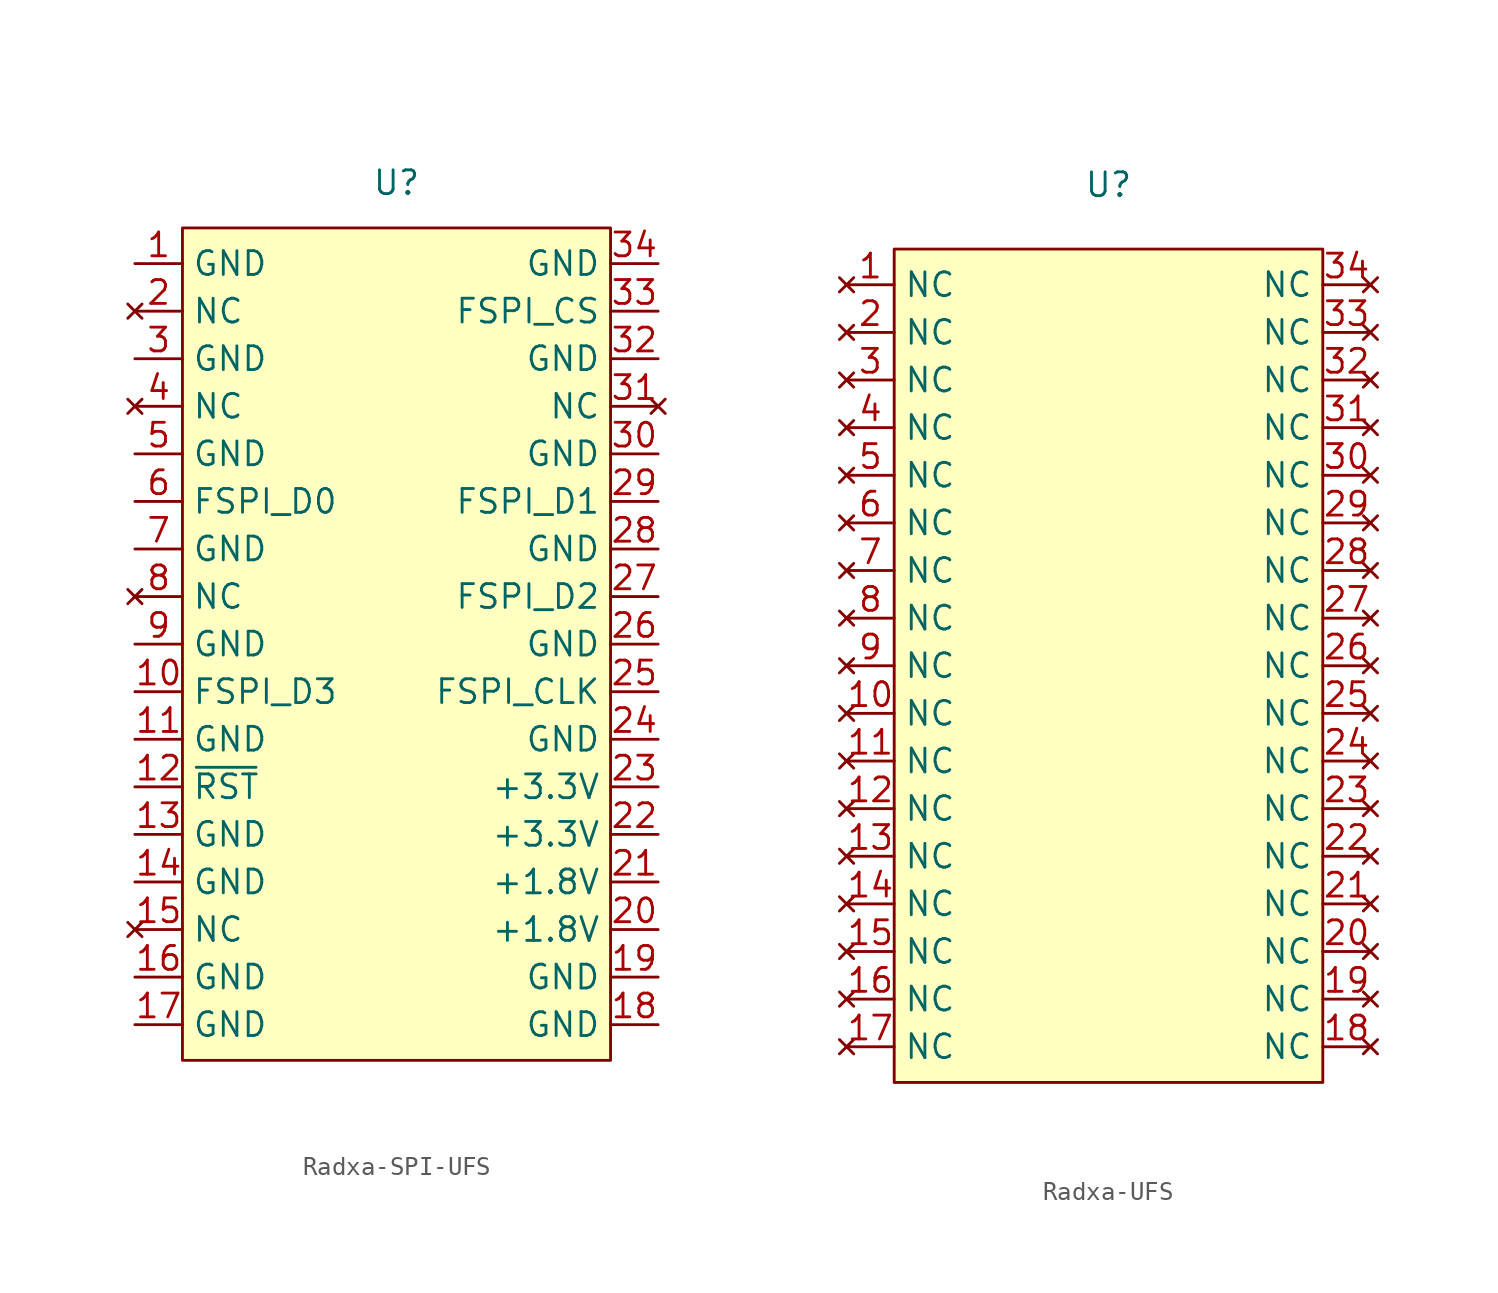
<source format=kicad_sym>
(kicad_symbol_lib
  (version 20241209)
  (generator "kicad_symbol_editor")
  (generator_version "9.0")
  (symbol "Radxa-SPI-UFS"
    (property "Reference" "U"
      (at 0 24.638 0)
      (effects (font (size 1.27 1.27))))
    (property "Value" ""
      (at 0 0 0)
      (effects (font (size 1.27 1.27))))
    (property "ki_locked" ""
      (at 0 0 0)
      (effects (font (size 1.27 1.27))))
    (symbol "Radxa-SPI-UFS_1_1"
      (rectangle (start -11.43 22.225) (end 11.43 -22.225) (stroke (width 0) (type default)) (fill (type background)))
      (pin passive line (at -13.97 20.32 0) (length 2.54) (name "GND" (effects (font (size 1.27 1.27)))) (number "1" (effects (font (size 1.27 1.27)))))
      (pin no_connect line (at -13.97 17.78 0) (length 2.54) (name "NC" (effects (font (size 1.27 1.27)))) (number "2" (effects (font (size 1.27 1.27)))))
      (pin passive line (at -13.97 15.24 0) (length 2.54) (name "GND" (effects (font (size 1.27 1.27)))) (number "3" (effects (font (size 1.27 1.27)))))
      (pin no_connect line (at -13.97 12.7 0) (length 2.54) (name "NC" (effects (font (size 1.27 1.27)))) (number "4" (effects (font (size 1.27 1.27)))))
      (pin passive line (at -13.97 10.16 0) (length 2.54) (name "GND" (effects (font (size 1.27 1.27)))) (number "5" (effects (font (size 1.27 1.27)))))
      (pin bidirectional line (at -13.97 7.62 0) (length 2.54) (name "FSPI_D0" (effects (font (size 1.27 1.27)))) (number "6" (effects (font (size 1.27 1.27)))))
      (pin passive line (at -13.97 5.08 0) (length 2.54) (name "GND" (effects (font (size 1.27 1.27)))) (number "7" (effects (font (size 1.27 1.27)))))
      (pin no_connect line (at -13.97 2.54 0) (length 2.54) (name "NC" (effects (font (size 1.27 1.27)))) (number "8" (effects (font (size 1.27 1.27)))))
      (pin passive line (at -13.97 0 0) (length 2.54) (name "GND" (effects (font (size 1.27 1.27)))) (number "9" (effects (font (size 1.27 1.27)))))
      (pin bidirectional line (at -13.97 -2.54 0) (length 2.54) (name "FSPI_D3" (effects (font (size 1.27 1.27)))) (number "10" (effects (font (size 1.27 1.27)))))
      (pin passive line (at -13.97 -5.08 0) (length 2.54) (name "GND" (effects (font (size 1.27 1.27)))) (number "11" (effects (font (size 1.27 1.27)))))
      (pin input line (at -13.97 -7.62 0) (length 2.54) (name "~{RST}" (effects (font (size 1.27 1.27)))) (number "12" (effects (font (size 1.27 1.27)))))
      (pin passive line (at -13.97 -10.16 0) (length 2.54) (name "GND" (effects (font (size 1.27 1.27)))) (number "13" (effects (font (size 1.27 1.27)))))
      (pin passive line (at -13.97 -12.7 0) (length 2.54) (name "GND" (effects (font (size 1.27 1.27)))) (number "14" (effects (font (size 1.27 1.27)))))
      (pin no_connect line (at -13.97 -15.24 0) (length 2.54) (name "NC" (effects (font (size 1.27 1.27)))) (number "15" (effects (font (size 1.27 1.27)))))
      (pin passive line (at -13.97 -17.78 0) (length 2.54) (name "GND" (effects (font (size 1.27 1.27)))) (number "16" (effects (font (size 1.27 1.27)))))
      (pin passive line (at -13.97 -20.32 0) (length 2.54) (name "GND" (effects (font (size 1.27 1.27)))) (number "17" (effects (font (size 1.27 1.27)))))
      (pin passive line (at 13.97 20.32 180) (length 2.54) (name "GND" (effects (font (size 1.27 1.27)))) (number "34" (effects (font (size 1.27 1.27)))))
      (pin input line (at 13.97 17.78 180) (length 2.54) (name "FSPI_CS" (effects (font (size 1.27 1.27)))) (number "33" (effects (font (size 1.27 1.27)))))
      (pin passive line (at 13.97 15.24 180) (length 2.54) (name "GND" (effects (font (size 1.27 1.27)))) (number "32" (effects (font (size 1.27 1.27)))))
      (pin no_connect line (at 13.97 12.7 180) (length 2.54) (name "NC" (effects (font (size 1.27 1.27)))) (number "31" (effects (font (size 1.27 1.27)))))
      (pin passive line (at 13.97 10.16 180) (length 2.54) (name "GND" (effects (font (size 1.27 1.27)))) (number "30" (effects (font (size 1.27 1.27)))))
      (pin bidirectional line (at 13.97 7.62 180) (length 2.54) (name "FSPI_D1" (effects (font (size 1.27 1.27)))) (number "29" (effects (font (size 1.27 1.27)))))
      (pin passive line (at 13.97 5.08 180) (length 2.54) (name "GND" (effects (font (size 1.27 1.27)))) (number "28" (effects (font (size 1.27 1.27)))))
      (pin bidirectional line (at 13.97 2.54 180) (length 2.54) (name "FSPI_D2" (effects (font (size 1.27 1.27)))) (number "27" (effects (font (size 1.27 1.27)))))
      (pin passive line (at 13.97 0 180) (length 2.54) (name "GND" (effects (font (size 1.27 1.27)))) (number "26" (effects (font (size 1.27 1.27)))))
      (pin input line (at 13.97 -2.54 180) (length 2.54) (name "FSPI_CLK" (effects (font (size 1.27 1.27)))) (number "25" (effects (font (size 1.27 1.27)))))
      (pin passive line (at 13.97 -5.08 180) (length 2.54) (name "GND" (effects (font (size 1.27 1.27)))) (number "24" (effects (font (size 1.27 1.27)))))
      (pin power_in line (at 13.97 -7.62 180) (length 2.54) (name "+3.3V" (effects (font (size 1.27 1.27)))) (number "23" (effects (font (size 1.27 1.27)))))
      (pin power_in line (at 13.97 -10.16 180) (length 2.54) (name "+3.3V" (effects (font (size 1.27 1.27)))) (number "22" (effects (font (size 1.27 1.27)))))
      (pin power_in line (at 13.97 -12.7 180) (length 2.54) (name "+1.8V" (effects (font (size 1.27 1.27)))) (number "21" (effects (font (size 1.27 1.27)))))
      (pin power_in line (at 13.97 -15.24 180) (length 2.54) (name "+1.8V" (effects (font (size 1.27 1.27)))) (number "20" (effects (font (size 1.27 1.27)))))
      (pin passive line (at 13.97 -17.78 180) (length 2.54) (name "GND" (effects (font (size 1.27 1.27)))) (number "19" (effects (font (size 1.27 1.27)))))
      (pin passive line (at 13.97 -20.32 180) (length 2.54) (name "GND" (effects (font (size 1.27 1.27)))) (number "18" (effects (font (size 1.27 1.27)))))))
  (symbol "Radxa-UFS"
    (property "Reference" "U"
      (at 0 25.654 0)
      (effects (font (size 1.27 1.27))))
    (property "Value" ""
      (at 0 0 0)
      (effects (font (size 1.27 1.27))))
    (property "ki_locked" ""
      (at 0 0 0)
      (effects (font (size 1.27 1.27))))
    (symbol "Radxa-UFS_1_1"
      (rectangle (start -11.43 22.225) (end 11.43 -22.225) (stroke (width 0) (type default)) (fill (type background)))
      (pin no_connect line (at -13.97 20.32 0) (length 2.54) (name "NC" (effects (font (size 1.27 1.27)))) (number "1" (effects (font (size 1.27 1.27)))))
      (pin no_connect line (at -13.97 17.78 0) (length 2.54) (name "NC" (effects (font (size 1.27 1.27)))) (number "2" (effects (font (size 1.27 1.27)))))
      (pin no_connect line (at -13.97 15.24 0) (length 2.54) (name "NC" (effects (font (size 1.27 1.27)))) (number "3" (effects (font (size 1.27 1.27)))))
      (pin no_connect line (at -13.97 12.7 0) (length 2.54) (name "NC" (effects (font (size 1.27 1.27)))) (number "4" (effects (font (size 1.27 1.27)))))
      (pin no_connect line (at -13.97 10.16 0) (length 2.54) (name "NC" (effects (font (size 1.27 1.27)))) (number "5" (effects (font (size 1.27 1.27)))))
      (pin no_connect line (at -13.97 7.62 0) (length 2.54) (name "NC" (effects (font (size 1.27 1.27)))) (number "6" (effects (font (size 1.27 1.27)))))
      (pin no_connect line (at -13.97 5.08 0) (length 2.54) (name "NC" (effects (font (size 1.27 1.27)))) (number "7" (effects (font (size 1.27 1.27)))))
      (pin no_connect line (at -13.97 2.54 0) (length 2.54) (name "NC" (effects (font (size 1.27 1.27)))) (number "8" (effects (font (size 1.27 1.27)))))
      (pin no_connect line (at -13.97 0 0) (length 2.54) (name "NC" (effects (font (size 1.27 1.27)))) (number "9" (effects (font (size 1.27 1.27)))))
      (pin no_connect line (at -13.97 -2.54 0) (length 2.54) (name "NC" (effects (font (size 1.27 1.27)))) (number "10" (effects (font (size 1.27 1.27)))))
      (pin no_connect line (at -13.97 -5.08 0) (length 2.54) (name "NC" (effects (font (size 1.27 1.27)))) (number "11" (effects (font (size 1.27 1.27)))))
      (pin no_connect line (at -13.97 -7.62 0) (length 2.54) (name "NC" (effects (font (size 1.27 1.27)))) (number "12" (effects (font (size 1.27 1.27)))))
      (pin no_connect line (at -13.97 -10.16 0) (length 2.54) (name "NC" (effects (font (size 1.27 1.27)))) (number "13" (effects (font (size 1.27 1.27)))))
      (pin no_connect line (at -13.97 -12.7 0) (length 2.54) (name "NC" (effects (font (size 1.27 1.27)))) (number "14" (effects (font (size 1.27 1.27)))))
      (pin no_connect line (at -13.97 -15.24 0) (length 2.54) (name "NC" (effects (font (size 1.27 1.27)))) (number "15" (effects (font (size 1.27 1.27)))))
      (pin no_connect line (at -13.97 -17.78 0) (length 2.54) (name "NC" (effects (font (size 1.27 1.27)))) (number "16" (effects (font (size 1.27 1.27)))))
      (pin no_connect line (at -13.97 -20.32 0) (length 2.54) (name "NC" (effects (font (size 1.27 1.27)))) (number "17" (effects (font (size 1.27 1.27)))))
      (pin no_connect line (at 13.97 20.32 180) (length 2.54) (name "NC" (effects (font (size 1.27 1.27)))) (number "34" (effects (font (size 1.27 1.27)))))
      (pin no_connect line (at 13.97 17.78 180) (length 2.54) (name "NC" (effects (font (size 1.27 1.27)))) (number "33" (effects (font (size 1.27 1.27)))))
      (pin no_connect line (at 13.97 15.24 180) (length 2.54) (name "NC" (effects (font (size 1.27 1.27)))) (number "32" (effects (font (size 1.27 1.27)))))
      (pin no_connect line (at 13.97 12.7 180) (length 2.54) (name "NC" (effects (font (size 1.27 1.27)))) (number "31" (effects (font (size 1.27 1.27)))))
      (pin no_connect line (at 13.97 10.16 180) (length 2.54) (name "NC" (effects (font (size 1.27 1.27)))) (number "30" (effects (font (size 1.27 1.27)))))
      (pin no_connect line (at 13.97 7.62 180) (length 2.54) (name "NC" (effects (font (size 1.27 1.27)))) (number "29" (effects (font (size 1.27 1.27)))))
      (pin no_connect line (at 13.97 5.08 180) (length 2.54) (name "NC" (effects (font (size 1.27 1.27)))) (number "28" (effects (font (size 1.27 1.27)))))
      (pin no_connect line (at 13.97 2.54 180) (length 2.54) (name "NC" (effects (font (size 1.27 1.27)))) (number "27" (effects (font (size 1.27 1.27)))))
      (pin no_connect line (at 13.97 0 180) (length 2.54) (name "NC" (effects (font (size 1.27 1.27)))) (number "26" (effects (font (size 1.27 1.27)))))
      (pin no_connect line (at 13.97 -2.54 180) (length 2.54) (name "NC" (effects (font (size 1.27 1.27)))) (number "25" (effects (font (size 1.27 1.27)))))
      (pin no_connect line (at 13.97 -5.08 180) (length 2.54) (name "NC" (effects (font (size 1.27 1.27)))) (number "24" (effects (font (size 1.27 1.27)))))
      (pin no_connect line (at 13.97 -7.62 180) (length 2.54) (name "NC" (effects (font (size 1.27 1.27)))) (number "23" (effects (font (size 1.27 1.27)))))
      (pin no_connect line (at 13.97 -10.16 180) (length 2.54) (name "NC" (effects (font (size 1.27 1.27)))) (number "22" (effects (font (size 1.27 1.27)))))
      (pin no_connect line (at 13.97 -12.7 180) (length 2.54) (name "NC" (effects (font (size 1.27 1.27)))) (number "21" (effects (font (size 1.27 1.27)))))
      (pin no_connect line (at 13.97 -15.24 180) (length 2.54) (name "NC" (effects (font (size 1.27 1.27)))) (number "20" (effects (font (size 1.27 1.27)))))
      (pin no_connect line (at 13.97 -17.78 180) (length 2.54) (name "NC" (effects (font (size 1.27 1.27)))) (number "19" (effects (font (size 1.27 1.27)))))
      (pin no_connect line (at 13.97 -20.32 180) (length 2.54) (name "NC" (effects (font (size 1.27 1.27)))) (number "18" (effects (font (size 1.27 1.27))))))))
</source>
